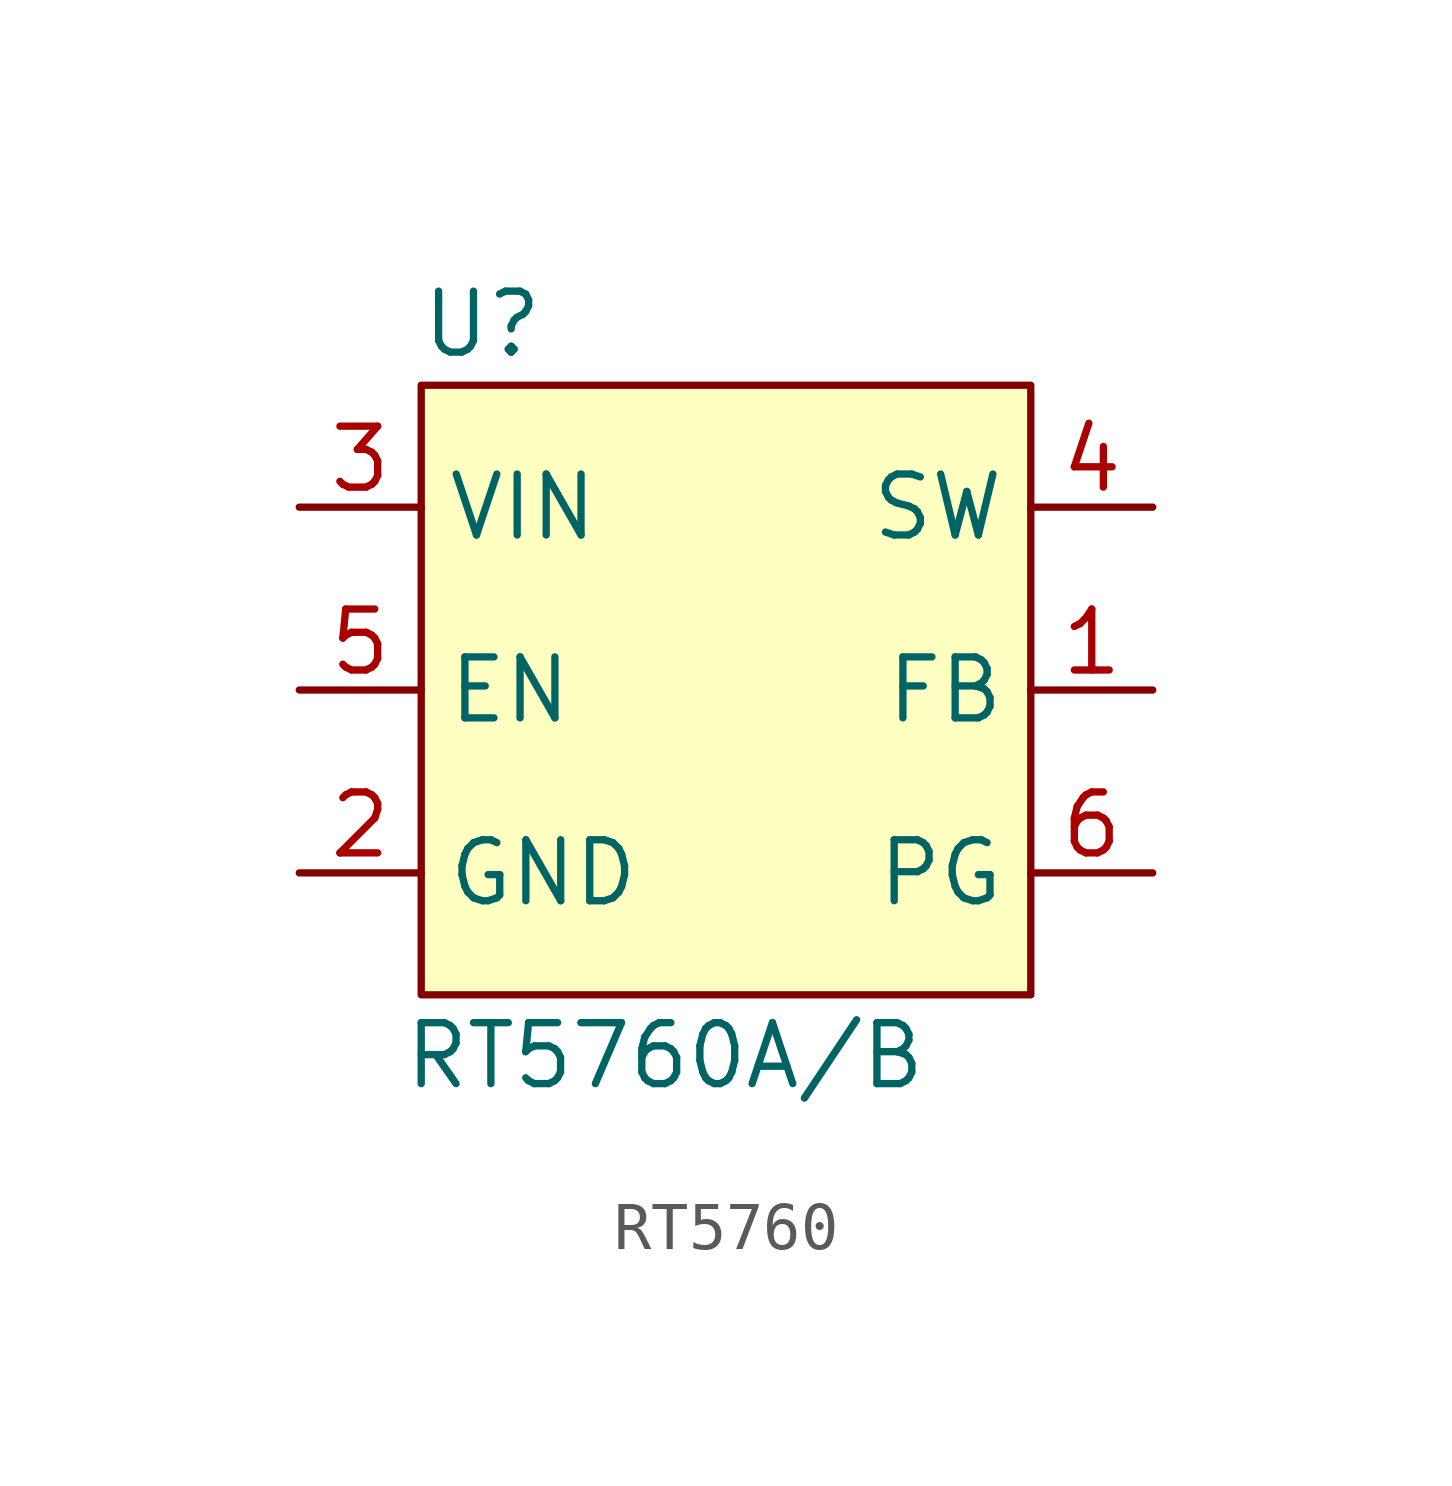
<source format=kicad_sym>
(kicad_symbol_lib
  (version 20220914)
  (generator kicad_symbol_editor)
  (symbol "RT5760"
    (property "Reference" "U"
      (at 1.27 1.27 0)
      (effects (font (size 1.27 1.27))))
    (property "Value" "RT5760A/B"
      (at 5.08 -13.97 0)
      (effects (font (size 1.27 1.27))))
    (symbol "RT5760_1_0"
      (rectangle (start 0 0) (end 12.7 -12.7) (stroke (width 0) (type default)) (fill (type background))))
    (symbol "RT5760_1_1"
      (pin input line (at 15.24 -6.35 180) (length 2.54) (name "FB" (effects (font (size 1.27 1.27)))) (number "1" (effects (font (size 1.27 1.27)))))
      (pin power_in line (at -2.54 -10.16 0) (length 2.54) (name "GND" (effects (font (size 1.27 1.27)))) (number "2" (effects (font (size 1.27 1.27)))))
      (pin power_in line (at -2.54 -2.54 0) (length 2.54) (name "VIN" (effects (font (size 1.27 1.27)))) (number "3" (effects (font (size 1.27 1.27)))))
      (pin power_out line (at 15.24 -2.54 180) (length 2.54) (name "SW" (effects (font (size 1.27 1.27)))) (number "4" (effects (font (size 1.27 1.27)))))
      (pin input line (at -2.54 -6.35 0) (length 2.54) (name "EN" (effects (font (size 1.27 1.27)))) (number "5" (effects (font (size 1.27 1.27)))))
      (pin open_emitter line (at 15.24 -10.16 180) (length 2.54) (name "PG" (effects (font (size 1.27 1.27)))) (number "6" (effects (font (size 1.27 1.27))))))))
</source>
